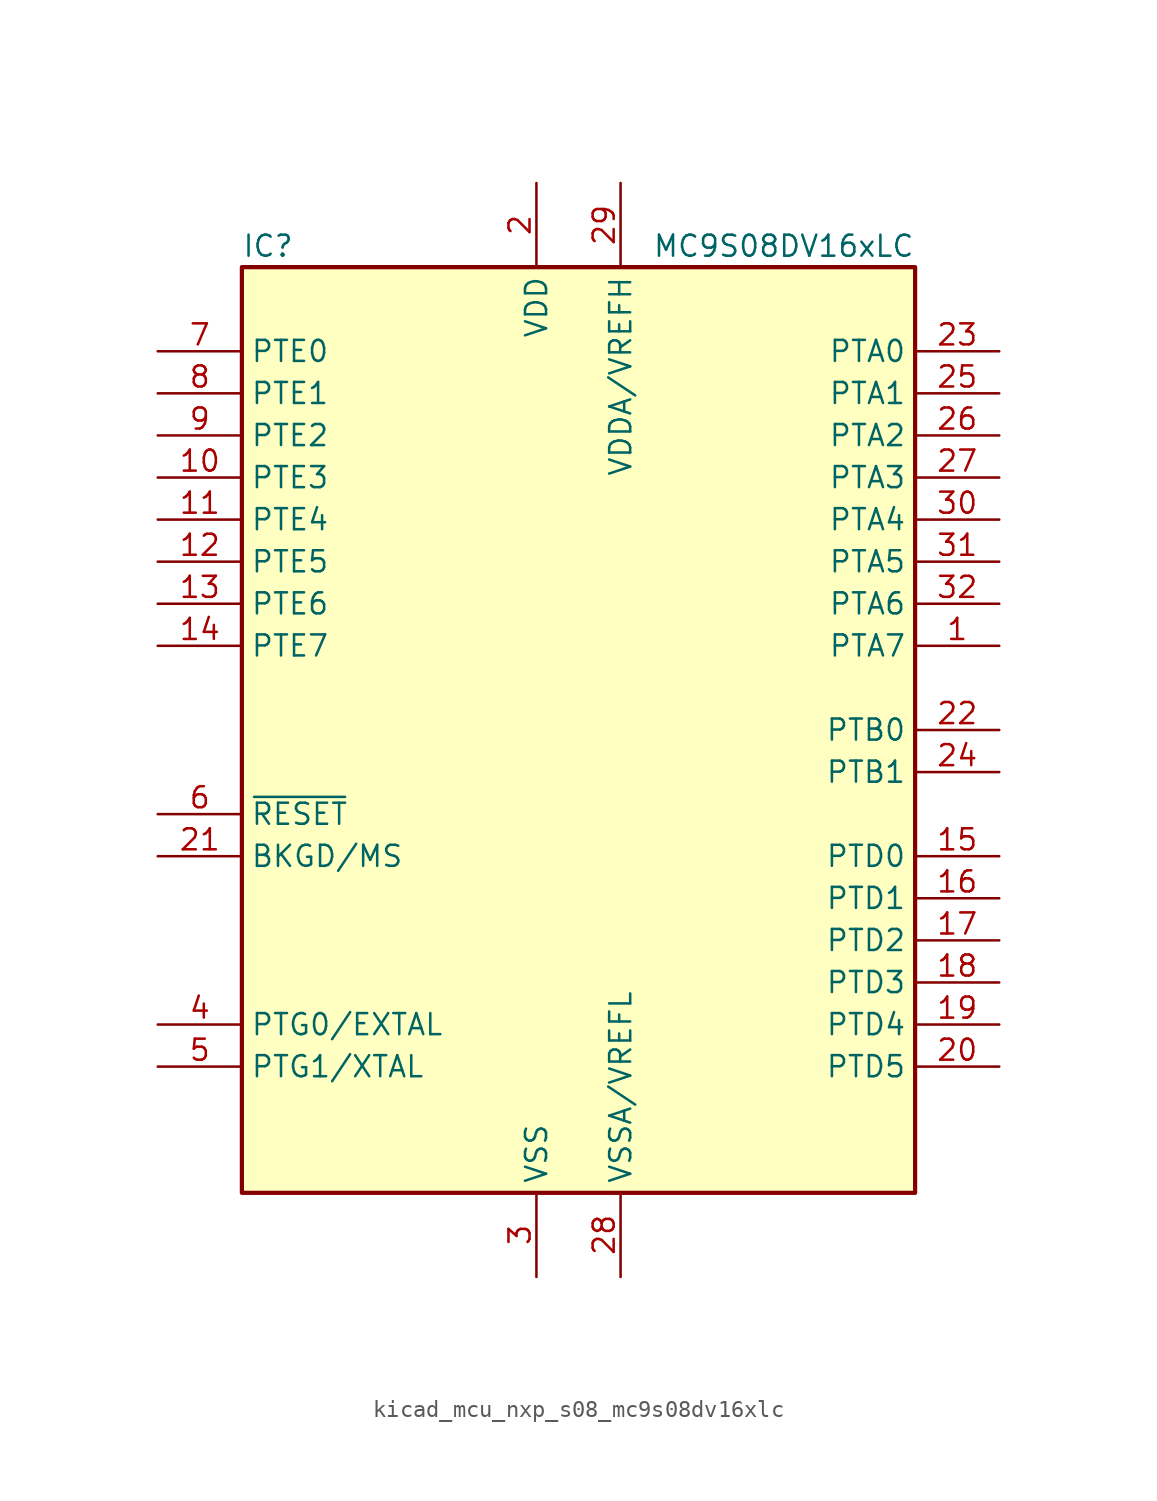
<source format=kicad_sym>
(kicad_symbol_lib
  (version 20220914)
  (generator kicad_symbol_editor)
  (symbol "kicad_mcu_nxp_s08_mc9s08dv16xlc"
    (property "Reference" "IC"
      (at -20.32 29.21 0)
      (effects (font (size 1.27 1.27)) (justify left)))
    (property "Value" "MC9S08DV16xLC"
      (at 20.32 29.21 0)
      (effects (font (size 1.27 1.27)) (justify right)))
    (symbol "kicad_mcu_nxp_s08_mc9s08dv16xlc_0_1"
      (rectangle (start -20.32 27.94) (end 20.32 -27.94) (stroke (width 0.254) (type default)) (fill (type background))))
    (symbol "kicad_mcu_nxp_s08_mc9s08dv16xlc_1_1"
      (pin bidirectional line (at 25.4 5.08 180) (length 5.08) (name "PTA7" (effects (font (size 1.27 1.27)))) (number "1" (effects (font (size 1.27 1.27)))))
      (pin bidirectional line (at -25.4 15.24 0) (length 5.08) (name "PTE3" (effects (font (size 1.27 1.27)))) (number "10" (effects (font (size 1.27 1.27)))))
      (pin bidirectional line (at -25.4 12.7 0) (length 5.08) (name "PTE4" (effects (font (size 1.27 1.27)))) (number "11" (effects (font (size 1.27 1.27)))))
      (pin bidirectional line (at -25.4 10.16 0) (length 5.08) (name "PTE5" (effects (font (size 1.27 1.27)))) (number "12" (effects (font (size 1.27 1.27)))))
      (pin bidirectional line (at -25.4 7.62 0) (length 5.08) (name "PTE6" (effects (font (size 1.27 1.27)))) (number "13" (effects (font (size 1.27 1.27)))))
      (pin bidirectional line (at -25.4 5.08 0) (length 5.08) (name "PTE7" (effects (font (size 1.27 1.27)))) (number "14" (effects (font (size 1.27 1.27)))))
      (pin bidirectional line (at 25.4 -7.62 180) (length 5.08) (name "PTD0" (effects (font (size 1.27 1.27)))) (number "15" (effects (font (size 1.27 1.27)))))
      (pin bidirectional line (at 25.4 -10.16 180) (length 5.08) (name "PTD1" (effects (font (size 1.27 1.27)))) (number "16" (effects (font (size 1.27 1.27)))))
      (pin bidirectional line (at 25.4 -12.7 180) (length 5.08) (name "PTD2" (effects (font (size 1.27 1.27)))) (number "17" (effects (font (size 1.27 1.27)))))
      (pin bidirectional line (at 25.4 -15.24 180) (length 5.08) (name "PTD3" (effects (font (size 1.27 1.27)))) (number "18" (effects (font (size 1.27 1.27)))))
      (pin bidirectional line (at 25.4 -17.78 180) (length 5.08) (name "PTD4" (effects (font (size 1.27 1.27)))) (number "19" (effects (font (size 1.27 1.27)))))
      (pin power_in line (at -2.54 33.02 270) (length 5.08) (name "VDD" (effects (font (size 1.27 1.27)))) (number "2" (effects (font (size 1.27 1.27)))))
      (pin bidirectional line (at 25.4 -20.32 180) (length 5.08) (name "PTD5" (effects (font (size 1.27 1.27)))) (number "20" (effects (font (size 1.27 1.27)))))
      (pin bidirectional line (at -25.4 -7.62 0) (length 5.08) (name "BKGD/MS" (effects (font (size 1.27 1.27)))) (number "21" (effects (font (size 1.27 1.27)))))
      (pin bidirectional line (at 25.4 0 180) (length 5.08) (name "PTB0" (effects (font (size 1.27 1.27)))) (number "22" (effects (font (size 1.27 1.27)))))
      (pin bidirectional line (at 25.4 22.86 180) (length 5.08) (name "PTA0" (effects (font (size 1.27 1.27)))) (number "23" (effects (font (size 1.27 1.27)))))
      (pin bidirectional line (at 25.4 -2.54 180) (length 5.08) (name "PTB1" (effects (font (size 1.27 1.27)))) (number "24" (effects (font (size 1.27 1.27)))))
      (pin bidirectional line (at 25.4 20.32 180) (length 5.08) (name "PTA1" (effects (font (size 1.27 1.27)))) (number "25" (effects (font (size 1.27 1.27)))))
      (pin bidirectional line (at 25.4 17.78 180) (length 5.08) (name "PTA2" (effects (font (size 1.27 1.27)))) (number "26" (effects (font (size 1.27 1.27)))))
      (pin bidirectional line (at 25.4 15.24 180) (length 5.08) (name "PTA3" (effects (font (size 1.27 1.27)))) (number "27" (effects (font (size 1.27 1.27)))))
      (pin power_in line (at 2.54 -33.02 90) (length 5.08) (name "VSSA/VREFL" (effects (font (size 1.27 1.27)))) (number "28" (effects (font (size 1.27 1.27)))))
      (pin power_in line (at 2.54 33.02 270) (length 5.08) (name "VDDA/VREFH" (effects (font (size 1.27 1.27)))) (number "29" (effects (font (size 1.27 1.27)))))
      (pin power_in line (at -2.54 -33.02 90) (length 5.08) (name "VSS" (effects (font (size 1.27 1.27)))) (number "3" (effects (font (size 1.27 1.27)))))
      (pin bidirectional line (at 25.4 12.7 180) (length 5.08) (name "PTA4" (effects (font (size 1.27 1.27)))) (number "30" (effects (font (size 1.27 1.27)))))
      (pin bidirectional line (at 25.4 10.16 180) (length 5.08) (name "PTA5" (effects (font (size 1.27 1.27)))) (number "31" (effects (font (size 1.27 1.27)))))
      (pin bidirectional line (at 25.4 7.62 180) (length 5.08) (name "PTA6" (effects (font (size 1.27 1.27)))) (number "32" (effects (font (size 1.27 1.27)))))
      (pin bidirectional line (at -25.4 -17.78 0) (length 5.08) (name "PTG0/EXTAL" (effects (font (size 1.27 1.27)))) (number "4" (effects (font (size 1.27 1.27)))))
      (pin bidirectional line (at -25.4 -20.32 0) (length 5.08) (name "PTG1/XTAL" (effects (font (size 1.27 1.27)))) (number "5" (effects (font (size 1.27 1.27)))))
      (pin input line (at -25.4 -5.08 0) (length 5.08) (name "~{RESET}" (effects (font (size 1.27 1.27)))) (number "6" (effects (font (size 1.27 1.27)))))
      (pin bidirectional line (at -25.4 22.86 0) (length 5.08) (name "PTE0" (effects (font (size 1.27 1.27)))) (number "7" (effects (font (size 1.27 1.27)))))
      (pin bidirectional line (at -25.4 20.32 0) (length 5.08) (name "PTE1" (effects (font (size 1.27 1.27)))) (number "8" (effects (font (size 1.27 1.27)))))
      (pin bidirectional line (at -25.4 17.78 0) (length 5.08) (name "PTE2" (effects (font (size 1.27 1.27)))) (number "9" (effects (font (size 1.27 1.27))))))))
</source>
